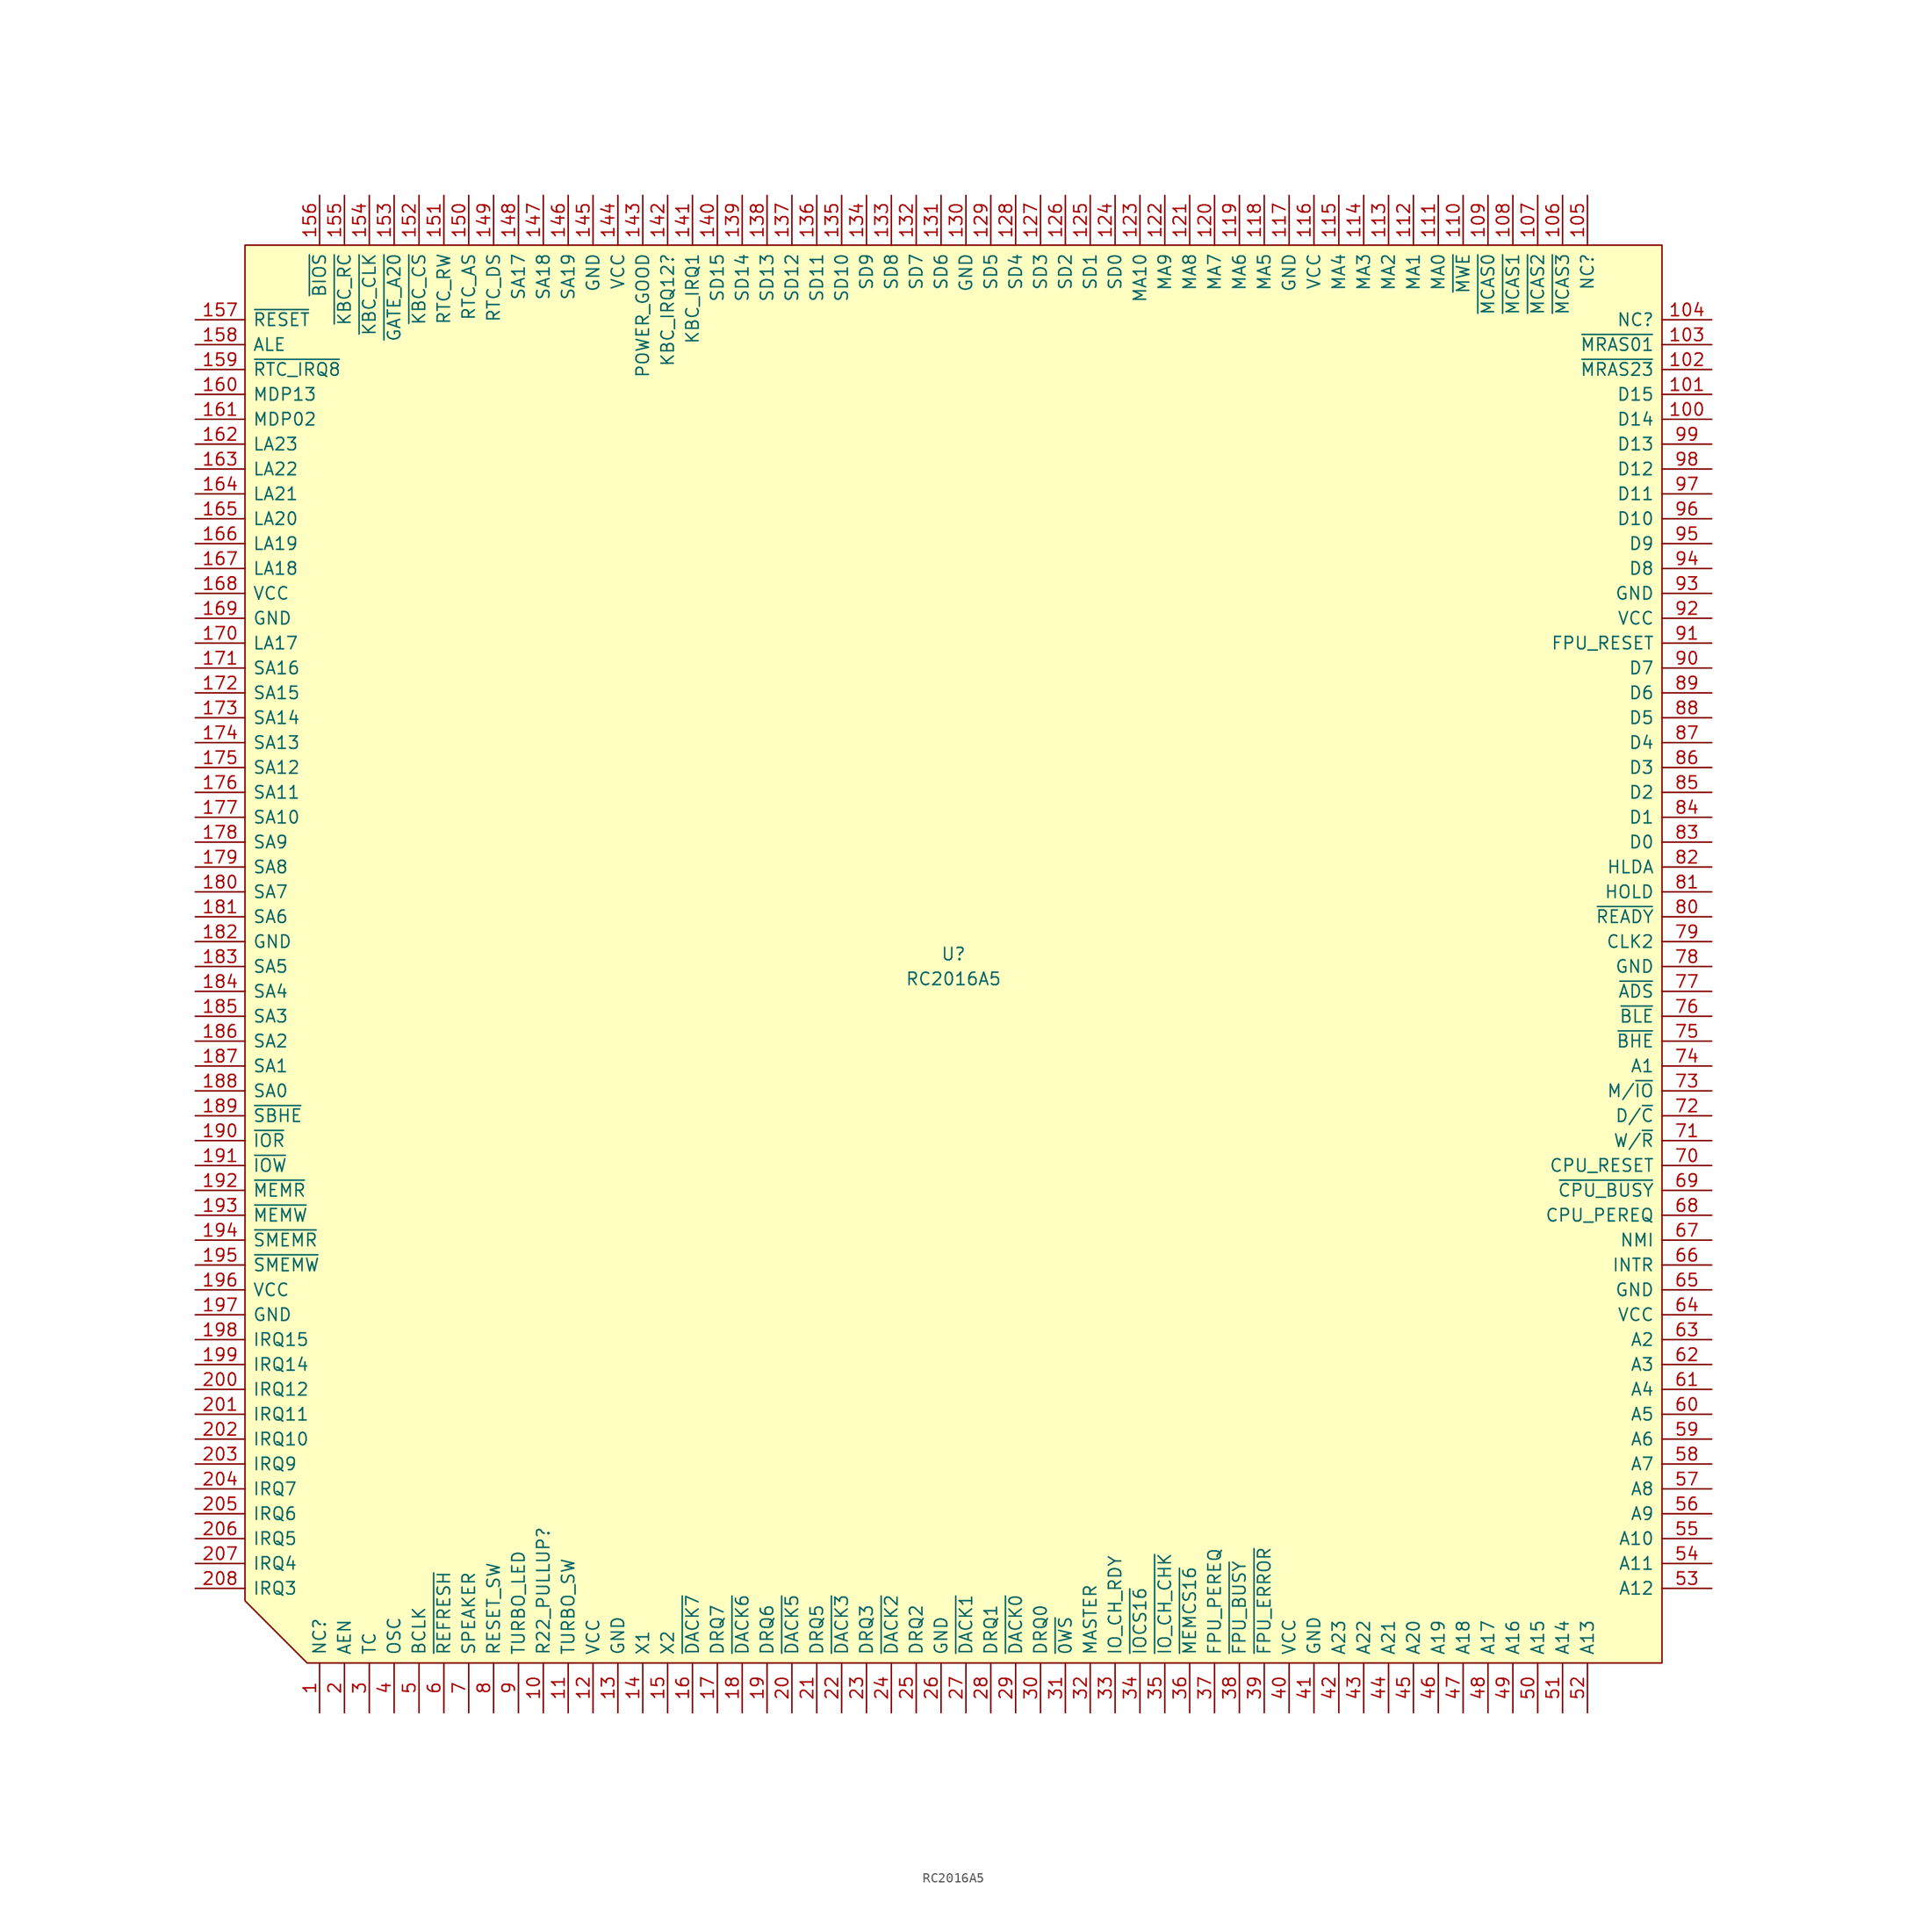
<source format=kicad_sym>
(kicad_symbol_lib
  (version 20211014)
  (generator kicad_symbol_editor)
  (symbol "RC2016A5"
    (pin_names
      (offset 0.762))
    (property "Reference" "U"
      (at 0 0 0)
      (effects (font (size 1.27 1.27))))
    (property "Value" "RC2016A5"
      (at 0 -2.54 0)
      (effects (font (size 1.27 1.27))))
    (symbol "RC2016A5_0_1"
      (polyline (pts (xy -66.04 -72.39) (xy 72.39 -72.39) (xy 72.39 72.39) (xy -72.39 72.39) (xy -72.39 -66.04) (xy -66.04 -72.39)) (stroke (width 0) (type default) (color 0 0 0 0)) (fill (type background))))
    (symbol "RC2016A5_1_1"
      (pin passive line (at -64.77 -77.47 90) (length 5.08) (name "NC?" (effects (font (size 1.27 1.27)))) (number "1" (effects (font (size 1.27 1.27)))))
      (pin input line (at -41.91 -77.47 90) (length 5.08) (name "R22_PULLUP?" (effects (font (size 1.27 1.27)))) (number "10" (effects (font (size 1.27 1.27)))))
      (pin tri_state line (at 77.47 54.61 180) (length 5.08) (name "D14" (effects (font (size 1.27 1.27)))) (number "100" (effects (font (size 1.27 1.27)))))
      (pin tri_state line (at 77.47 57.15 180) (length 5.08) (name "D15" (effects (font (size 1.27 1.27)))) (number "101" (effects (font (size 1.27 1.27)))))
      (pin output line (at 77.47 59.69 180) (length 5.08) (name "~{MRAS23}" (effects (font (size 1.27 1.27)))) (number "102" (effects (font (size 1.27 1.27)))))
      (pin output line (at 77.47 62.23 180) (length 5.08) (name "~{MRAS01}" (effects (font (size 1.27 1.27)))) (number "103" (effects (font (size 1.27 1.27)))))
      (pin passive line (at 77.47 64.77 180) (length 5.08) (name "NC?" (effects (font (size 1.27 1.27)))) (number "104" (effects (font (size 1.27 1.27)))))
      (pin passive line (at 64.77 77.47 270) (length 5.08) (name "NC?" (effects (font (size 1.27 1.27)))) (number "105" (effects (font (size 1.27 1.27)))))
      (pin output line (at 62.23 77.47 270) (length 5.08) (name "~{MCAS3}" (effects (font (size 1.27 1.27)))) (number "106" (effects (font (size 1.27 1.27)))))
      (pin output line (at 59.69 77.47 270) (length 5.08) (name "~{MCAS2}" (effects (font (size 1.27 1.27)))) (number "107" (effects (font (size 1.27 1.27)))))
      (pin output line (at 57.15 77.47 270) (length 5.08) (name "~{MCAS1}" (effects (font (size 1.27 1.27)))) (number "108" (effects (font (size 1.27 1.27)))))
      (pin output line (at 54.61 77.47 270) (length 5.08) (name "~{MCAS0}" (effects (font (size 1.27 1.27)))) (number "109" (effects (font (size 1.27 1.27)))))
      (pin input line (at -39.37 -77.47 90) (length 5.08) (name "TURBO_SW" (effects (font (size 1.27 1.27)))) (number "11" (effects (font (size 1.27 1.27)))))
      (pin output line (at 52.07 77.47 270) (length 5.08) (name "~{MWE}" (effects (font (size 1.27 1.27)))) (number "110" (effects (font (size 1.27 1.27)))))
      (pin output line (at 49.53 77.47 270) (length 5.08) (name "MA0" (effects (font (size 1.27 1.27)))) (number "111" (effects (font (size 1.27 1.27)))))
      (pin output line (at 46.99 77.47 270) (length 5.08) (name "MA1" (effects (font (size 1.27 1.27)))) (number "112" (effects (font (size 1.27 1.27)))))
      (pin output line (at 44.45 77.47 270) (length 5.08) (name "MA2" (effects (font (size 1.27 1.27)))) (number "113" (effects (font (size 1.27 1.27)))))
      (pin output line (at 41.91 77.47 270) (length 5.08) (name "MA3" (effects (font (size 1.27 1.27)))) (number "114" (effects (font (size 1.27 1.27)))))
      (pin output line (at 39.37 77.47 270) (length 5.08) (name "MA4" (effects (font (size 1.27 1.27)))) (number "115" (effects (font (size 1.27 1.27)))))
      (pin power_in line (at 36.83 77.47 270) (length 5.08) (name "VCC" (effects (font (size 1.27 1.27)))) (number "116" (effects (font (size 1.27 1.27)))))
      (pin power_in line (at 34.29 77.47 270) (length 5.08) (name "GND" (effects (font (size 1.27 1.27)))) (number "117" (effects (font (size 1.27 1.27)))))
      (pin output line (at 31.75 77.47 270) (length 5.08) (name "MA5" (effects (font (size 1.27 1.27)))) (number "118" (effects (font (size 1.27 1.27)))))
      (pin output line (at 29.21 77.47 270) (length 5.08) (name "MA6" (effects (font (size 1.27 1.27)))) (number "119" (effects (font (size 1.27 1.27)))))
      (pin power_in line (at -36.83 -77.47 90) (length 5.08) (name "VCC" (effects (font (size 1.27 1.27)))) (number "12" (effects (font (size 1.27 1.27)))))
      (pin output line (at 26.67 77.47 270) (length 5.08) (name "MA7" (effects (font (size 1.27 1.27)))) (number "120" (effects (font (size 1.27 1.27)))))
      (pin output line (at 24.13 77.47 270) (length 5.08) (name "MA8" (effects (font (size 1.27 1.27)))) (number "121" (effects (font (size 1.27 1.27)))))
      (pin output line (at 21.59 77.47 270) (length 5.08) (name "MA9" (effects (font (size 1.27 1.27)))) (number "122" (effects (font (size 1.27 1.27)))))
      (pin output line (at 19.05 77.47 270) (length 5.08) (name "MA10" (effects (font (size 1.27 1.27)))) (number "123" (effects (font (size 1.27 1.27)))))
      (pin tri_state line (at 16.51 77.47 270) (length 5.08) (name "SD0" (effects (font (size 1.27 1.27)))) (number "124" (effects (font (size 1.27 1.27)))))
      (pin tri_state line (at 13.97 77.47 270) (length 5.08) (name "SD1" (effects (font (size 1.27 1.27)))) (number "125" (effects (font (size 1.27 1.27)))))
      (pin tri_state line (at 11.43 77.47 270) (length 5.08) (name "SD2" (effects (font (size 1.27 1.27)))) (number "126" (effects (font (size 1.27 1.27)))))
      (pin tri_state line (at 8.89 77.47 270) (length 5.08) (name "SD3" (effects (font (size 1.27 1.27)))) (number "127" (effects (font (size 1.27 1.27)))))
      (pin tri_state line (at 6.35 77.47 270) (length 5.08) (name "SD4" (effects (font (size 1.27 1.27)))) (number "128" (effects (font (size 1.27 1.27)))))
      (pin tri_state line (at 3.81 77.47 270) (length 5.08) (name "SD5" (effects (font (size 1.27 1.27)))) (number "129" (effects (font (size 1.27 1.27)))))
      (pin power_in line (at -34.29 -77.47 90) (length 5.08) (name "GND" (effects (font (size 1.27 1.27)))) (number "13" (effects (font (size 1.27 1.27)))))
      (pin power_in line (at 1.27 77.47 270) (length 5.08) (name "GND" (effects (font (size 1.27 1.27)))) (number "130" (effects (font (size 1.27 1.27)))))
      (pin tri_state line (at -1.27 77.47 270) (length 5.08) (name "SD6" (effects (font (size 1.27 1.27)))) (number "131" (effects (font (size 1.27 1.27)))))
      (pin tri_state line (at -3.81 77.47 270) (length 5.08) (name "SD7" (effects (font (size 1.27 1.27)))) (number "132" (effects (font (size 1.27 1.27)))))
      (pin tri_state line (at -6.35 77.47 270) (length 5.08) (name "SD8" (effects (font (size 1.27 1.27)))) (number "133" (effects (font (size 1.27 1.27)))))
      (pin tri_state line (at -8.89 77.47 270) (length 5.08) (name "SD9" (effects (font (size 1.27 1.27)))) (number "134" (effects (font (size 1.27 1.27)))))
      (pin tri_state line (at -11.43 77.47 270) (length 5.08) (name "SD10" (effects (font (size 1.27 1.27)))) (number "135" (effects (font (size 1.27 1.27)))))
      (pin tri_state line (at -13.97 77.47 270) (length 5.08) (name "SD11" (effects (font (size 1.27 1.27)))) (number "136" (effects (font (size 1.27 1.27)))))
      (pin tri_state line (at -16.51 77.47 270) (length 5.08) (name "SD12" (effects (font (size 1.27 1.27)))) (number "137" (effects (font (size 1.27 1.27)))))
      (pin tri_state line (at -19.05 77.47 270) (length 5.08) (name "SD13" (effects (font (size 1.27 1.27)))) (number "138" (effects (font (size 1.27 1.27)))))
      (pin tri_state line (at -21.59 77.47 270) (length 5.08) (name "SD14" (effects (font (size 1.27 1.27)))) (number "139" (effects (font (size 1.27 1.27)))))
      (pin input line (at -31.75 -77.47 90) (length 5.08) (name "X1" (effects (font (size 1.27 1.27)))) (number "14" (effects (font (size 1.27 1.27)))))
      (pin tri_state line (at -24.13 77.47 270) (length 5.08) (name "SD15" (effects (font (size 1.27 1.27)))) (number "140" (effects (font (size 1.27 1.27)))))
      (pin input line (at -26.67 77.47 270) (length 5.08) (name "KBC_IRQ1" (effects (font (size 1.27 1.27)))) (number "141" (effects (font (size 1.27 1.27)))))
      (pin input line (at -29.21 77.47 270) (length 5.08) (name "KBC_IRQ12?" (effects (font (size 1.27 1.27)))) (number "142" (effects (font (size 1.27 1.27)))))
      (pin input line (at -31.75 77.47 270) (length 5.08) (name "POWER_GOOD" (effects (font (size 1.27 1.27)))) (number "143" (effects (font (size 1.27 1.27)))))
      (pin power_in line (at -34.29 77.47 270) (length 5.08) (name "VCC" (effects (font (size 1.27 1.27)))) (number "144" (effects (font (size 1.27 1.27)))))
      (pin power_in line (at -36.83 77.47 270) (length 5.08) (name "GND" (effects (font (size 1.27 1.27)))) (number "145" (effects (font (size 1.27 1.27)))))
      (pin output line (at -39.37 77.47 270) (length 5.08) (name "SA19" (effects (font (size 1.27 1.27)))) (number "146" (effects (font (size 1.27 1.27)))))
      (pin output line (at -41.91 77.47 270) (length 5.08) (name "SA18" (effects (font (size 1.27 1.27)))) (number "147" (effects (font (size 1.27 1.27)))))
      (pin output line (at -44.45 77.47 270) (length 5.08) (name "SA17" (effects (font (size 1.27 1.27)))) (number "148" (effects (font (size 1.27 1.27)))))
      (pin output line (at -46.99 77.47 270) (length 5.08) (name "RTC_DS" (effects (font (size 1.27 1.27)))) (number "149" (effects (font (size 1.27 1.27)))))
      (pin output line (at -29.21 -77.47 90) (length 5.08) (name "X2" (effects (font (size 1.27 1.27)))) (number "15" (effects (font (size 1.27 1.27)))))
      (pin output line (at -49.53 77.47 270) (length 5.08) (name "RTC_AS" (effects (font (size 1.27 1.27)))) (number "150" (effects (font (size 1.27 1.27)))))
      (pin output line (at -52.07 77.47 270) (length 5.08) (name "RTC_RW" (effects (font (size 1.27 1.27)))) (number "151" (effects (font (size 1.27 1.27)))))
      (pin passive line (at -54.61 77.47 270) (length 5.08) (name "~{KBC_CS}" (effects (font (size 1.27 1.27)))) (number "152" (effects (font (size 1.27 1.27)))))
      (pin input line (at -57.15 77.47 270) (length 5.08) (name "~{GATE_A20}" (effects (font (size 1.27 1.27)))) (number "153" (effects (font (size 1.27 1.27)))))
      (pin output line (at -59.69 77.47 270) (length 5.08) (name "~{KBC_CLK}" (effects (font (size 1.27 1.27)))) (number "154" (effects (font (size 1.27 1.27)))))
      (pin input line (at -62.23 77.47 270) (length 5.08) (name "~{KBC_RC}" (effects (font (size 1.27 1.27)))) (number "155" (effects (font (size 1.27 1.27)))))
      (pin output line (at -64.77 77.47 270) (length 5.08) (name "~{BIOS}" (effects (font (size 1.27 1.27)))) (number "156" (effects (font (size 1.27 1.27)))))
      (pin output line (at -77.47 64.77 0) (length 5.08) (name "~{RESET}" (effects (font (size 1.27 1.27)))) (number "157" (effects (font (size 1.27 1.27)))))
      (pin output line (at -77.47 62.23 0) (length 5.08) (name "ALE" (effects (font (size 1.27 1.27)))) (number "158" (effects (font (size 1.27 1.27)))))
      (pin input line (at -77.47 59.69 0) (length 5.08) (name "~{RTC_IRQ8}" (effects (font (size 1.27 1.27)))) (number "159" (effects (font (size 1.27 1.27)))))
      (pin output line (at -26.67 -77.47 90) (length 5.08) (name "~{DACK7}" (effects (font (size 1.27 1.27)))) (number "16" (effects (font (size 1.27 1.27)))))
      (pin tri_state line (at -77.47 57.15 0) (length 5.08) (name "MDP13" (effects (font (size 1.27 1.27)))) (number "160" (effects (font (size 1.27 1.27)))))
      (pin tri_state line (at -77.47 54.61 0) (length 5.08) (name "MDP02" (effects (font (size 1.27 1.27)))) (number "161" (effects (font (size 1.27 1.27)))))
      (pin output line (at -77.47 52.07 0) (length 5.08) (name "LA23" (effects (font (size 1.27 1.27)))) (number "162" (effects (font (size 1.27 1.27)))))
      (pin output line (at -77.47 49.53 0) (length 5.08) (name "LA22" (effects (font (size 1.27 1.27)))) (number "163" (effects (font (size 1.27 1.27)))))
      (pin output line (at -77.47 46.99 0) (length 5.08) (name "LA21" (effects (font (size 1.27 1.27)))) (number "164" (effects (font (size 1.27 1.27)))))
      (pin output line (at -77.47 44.45 0) (length 5.08) (name "LA20" (effects (font (size 1.27 1.27)))) (number "165" (effects (font (size 1.27 1.27)))))
      (pin output line (at -77.47 41.91 0) (length 5.08) (name "LA19" (effects (font (size 1.27 1.27)))) (number "166" (effects (font (size 1.27 1.27)))))
      (pin output line (at -77.47 39.37 0) (length 5.08) (name "LA18" (effects (font (size 1.27 1.27)))) (number "167" (effects (font (size 1.27 1.27)))))
      (pin power_in line (at -77.47 36.83 0) (length 5.08) (name "VCC" (effects (font (size 1.27 1.27)))) (number "168" (effects (font (size 1.27 1.27)))))
      (pin power_in line (at -77.47 34.29 0) (length 5.08) (name "GND" (effects (font (size 1.27 1.27)))) (number "169" (effects (font (size 1.27 1.27)))))
      (pin open_collector line (at -24.13 -77.47 90) (length 5.08) (name "DRQ7" (effects (font (size 1.27 1.27)))) (number "17" (effects (font (size 1.27 1.27)))))
      (pin output line (at -77.47 31.75 0) (length 5.08) (name "LA17" (effects (font (size 1.27 1.27)))) (number "170" (effects (font (size 1.27 1.27)))))
      (pin output line (at -77.47 29.21 0) (length 5.08) (name "SA16" (effects (font (size 1.27 1.27)))) (number "171" (effects (font (size 1.27 1.27)))))
      (pin output line (at -77.47 26.67 0) (length 5.08) (name "SA15" (effects (font (size 1.27 1.27)))) (number "172" (effects (font (size 1.27 1.27)))))
      (pin output line (at -77.47 24.13 0) (length 5.08) (name "SA14" (effects (font (size 1.27 1.27)))) (number "173" (effects (font (size 1.27 1.27)))))
      (pin output line (at -77.47 21.59 0) (length 5.08) (name "SA13" (effects (font (size 1.27 1.27)))) (number "174" (effects (font (size 1.27 1.27)))))
      (pin output line (at -77.47 19.05 0) (length 5.08) (name "SA12" (effects (font (size 1.27 1.27)))) (number "175" (effects (font (size 1.27 1.27)))))
      (pin output line (at -77.47 16.51 0) (length 5.08) (name "SA11" (effects (font (size 1.27 1.27)))) (number "176" (effects (font (size 1.27 1.27)))))
      (pin output line (at -77.47 13.97 0) (length 5.08) (name "SA10" (effects (font (size 1.27 1.27)))) (number "177" (effects (font (size 1.27 1.27)))))
      (pin output line (at -77.47 11.43 0) (length 5.08) (name "SA9" (effects (font (size 1.27 1.27)))) (number "178" (effects (font (size 1.27 1.27)))))
      (pin output line (at -77.47 8.89 0) (length 5.08) (name "SA8" (effects (font (size 1.27 1.27)))) (number "179" (effects (font (size 1.27 1.27)))))
      (pin output line (at -21.59 -77.47 90) (length 5.08) (name "~{DACK6}" (effects (font (size 1.27 1.27)))) (number "18" (effects (font (size 1.27 1.27)))))
      (pin output line (at -77.47 6.35 0) (length 5.08) (name "SA7" (effects (font (size 1.27 1.27)))) (number "180" (effects (font (size 1.27 1.27)))))
      (pin output line (at -77.47 3.81 0) (length 5.08) (name "SA6" (effects (font (size 1.27 1.27)))) (number "181" (effects (font (size 1.27 1.27)))))
      (pin power_in line (at -77.47 1.27 0) (length 5.08) (name "GND" (effects (font (size 1.27 1.27)))) (number "182" (effects (font (size 1.27 1.27)))))
      (pin output line (at -77.47 -1.27 0) (length 5.08) (name "SA5" (effects (font (size 1.27 1.27)))) (number "183" (effects (font (size 1.27 1.27)))))
      (pin output line (at -77.47 -3.81 0) (length 5.08) (name "SA4" (effects (font (size 1.27 1.27)))) (number "184" (effects (font (size 1.27 1.27)))))
      (pin output line (at -77.47 -6.35 0) (length 5.08) (name "SA3" (effects (font (size 1.27 1.27)))) (number "185" (effects (font (size 1.27 1.27)))))
      (pin output line (at -77.47 -8.89 0) (length 5.08) (name "SA2" (effects (font (size 1.27 1.27)))) (number "186" (effects (font (size 1.27 1.27)))))
      (pin output line (at -77.47 -11.43 0) (length 5.08) (name "SA1" (effects (font (size 1.27 1.27)))) (number "187" (effects (font (size 1.27 1.27)))))
      (pin output line (at -77.47 -13.97 0) (length 5.08) (name "SA0" (effects (font (size 1.27 1.27)))) (number "188" (effects (font (size 1.27 1.27)))))
      (pin open_collector line (at -77.47 -16.51 0) (length 5.08) (name "~{SBHE}" (effects (font (size 1.27 1.27)))) (number "189" (effects (font (size 1.27 1.27)))))
      (pin open_collector line (at -19.05 -77.47 90) (length 5.08) (name "DRQ6" (effects (font (size 1.27 1.27)))) (number "19" (effects (font (size 1.27 1.27)))))
      (pin output line (at -77.47 -19.05 0) (length 5.08) (name "~{IOR}" (effects (font (size 1.27 1.27)))) (number "190" (effects (font (size 1.27 1.27)))))
      (pin output line (at -77.47 -21.59 0) (length 5.08) (name "~{IOW}" (effects (font (size 1.27 1.27)))) (number "191" (effects (font (size 1.27 1.27)))))
      (pin output line (at -77.47 -24.13 0) (length 5.08) (name "~{MEMR}" (effects (font (size 1.27 1.27)))) (number "192" (effects (font (size 1.27 1.27)))))
      (pin output line (at -77.47 -26.67 0) (length 5.08) (name "~{MEMW}" (effects (font (size 1.27 1.27)))) (number "193" (effects (font (size 1.27 1.27)))))
      (pin output line (at -77.47 -29.21 0) (length 5.08) (name "~{SMEMR}" (effects (font (size 1.27 1.27)))) (number "194" (effects (font (size 1.27 1.27)))))
      (pin output line (at -77.47 -31.75 0) (length 5.08) (name "~{SMEMW}" (effects (font (size 1.27 1.27)))) (number "195" (effects (font (size 1.27 1.27)))))
      (pin power_in line (at -77.47 -34.29 0) (length 5.08) (name "VCC" (effects (font (size 1.27 1.27)))) (number "196" (effects (font (size 1.27 1.27)))))
      (pin power_in line (at -77.47 -36.83 0) (length 5.08) (name "GND" (effects (font (size 1.27 1.27)))) (number "197" (effects (font (size 1.27 1.27)))))
      (pin open_collector line (at -77.47 -39.37 0) (length 5.08) (name "IRQ15" (effects (font (size 1.27 1.27)))) (number "198" (effects (font (size 1.27 1.27)))))
      (pin open_collector line (at -77.47 -41.91 0) (length 5.08) (name "IRQ14" (effects (font (size 1.27 1.27)))) (number "199" (effects (font (size 1.27 1.27)))))
      (pin output line (at -62.23 -77.47 90) (length 5.08) (name "AEN" (effects (font (size 1.27 1.27)))) (number "2" (effects (font (size 1.27 1.27)))))
      (pin output line (at -16.51 -77.47 90) (length 5.08) (name "~{DACK5}" (effects (font (size 1.27 1.27)))) (number "20" (effects (font (size 1.27 1.27)))))
      (pin open_collector line (at -77.47 -44.45 0) (length 5.08) (name "IRQ12" (effects (font (size 1.27 1.27)))) (number "200" (effects (font (size 1.27 1.27)))))
      (pin open_collector line (at -77.47 -46.99 0) (length 5.08) (name "IRQ11" (effects (font (size 1.27 1.27)))) (number "201" (effects (font (size 1.27 1.27)))))
      (pin open_collector line (at -77.47 -49.53 0) (length 5.08) (name "IRQ10" (effects (font (size 1.27 1.27)))) (number "202" (effects (font (size 1.27 1.27)))))
      (pin open_collector line (at -77.47 -52.07 0) (length 5.08) (name "IRQ9" (effects (font (size 1.27 1.27)))) (number "203" (effects (font (size 1.27 1.27)))))
      (pin open_collector line (at -77.47 -54.61 0) (length 5.08) (name "IRQ7" (effects (font (size 1.27 1.27)))) (number "204" (effects (font (size 1.27 1.27)))))
      (pin open_collector line (at -77.47 -57.15 0) (length 5.08) (name "IRQ6" (effects (font (size 1.27 1.27)))) (number "205" (effects (font (size 1.27 1.27)))))
      (pin open_collector line (at -77.47 -59.69 0) (length 5.08) (name "IRQ5" (effects (font (size 1.27 1.27)))) (number "206" (effects (font (size 1.27 1.27)))))
      (pin open_collector line (at -77.47 -62.23 0) (length 5.08) (name "IRQ4" (effects (font (size 1.27 1.27)))) (number "207" (effects (font (size 1.27 1.27)))))
      (pin open_collector line (at -77.47 -64.77 0) (length 5.08) (name "IRQ3" (effects (font (size 1.27 1.27)))) (number "208" (effects (font (size 1.27 1.27)))))
      (pin open_collector line (at -13.97 -77.47 90) (length 5.08) (name "DRQ5" (effects (font (size 1.27 1.27)))) (number "21" (effects (font (size 1.27 1.27)))))
      (pin output line (at -11.43 -77.47 90) (length 5.08) (name "~{DACK3}" (effects (font (size 1.27 1.27)))) (number "22" (effects (font (size 1.27 1.27)))))
      (pin open_collector line (at -8.89 -77.47 90) (length 5.08) (name "DRQ3" (effects (font (size 1.27 1.27)))) (number "23" (effects (font (size 1.27 1.27)))))
      (pin output line (at -6.35 -77.47 90) (length 5.08) (name "~{DACK2}" (effects (font (size 1.27 1.27)))) (number "24" (effects (font (size 1.27 1.27)))))
      (pin open_collector line (at -3.81 -77.47 90) (length 5.08) (name "DRQ2" (effects (font (size 1.27 1.27)))) (number "25" (effects (font (size 1.27 1.27)))))
      (pin power_in line (at -1.27 -77.47 90) (length 5.08) (name "GND" (effects (font (size 1.27 1.27)))) (number "26" (effects (font (size 1.27 1.27)))))
      (pin output line (at 1.27 -77.47 90) (length 5.08) (name "~{DACK1}" (effects (font (size 1.27 1.27)))) (number "27" (effects (font (size 1.27 1.27)))))
      (pin open_collector line (at 3.81 -77.47 90) (length 5.08) (name "DRQ1" (effects (font (size 1.27 1.27)))) (number "28" (effects (font (size 1.27 1.27)))))
      (pin output line (at 6.35 -77.47 90) (length 5.08) (name "~{DACK0}" (effects (font (size 1.27 1.27)))) (number "29" (effects (font (size 1.27 1.27)))))
      (pin output line (at -59.69 -77.47 90) (length 5.08) (name "TC" (effects (font (size 1.27 1.27)))) (number "3" (effects (font (size 1.27 1.27)))))
      (pin open_collector line (at 8.89 -77.47 90) (length 5.08) (name "DRQ0" (effects (font (size 1.27 1.27)))) (number "30" (effects (font (size 1.27 1.27)))))
      (pin input line (at 11.43 -77.47 90) (length 5.08) (name "~{0WS}" (effects (font (size 1.27 1.27)))) (number "31" (effects (font (size 1.27 1.27)))))
      (pin input line (at 13.97 -77.47 90) (length 5.08) (name "MASTER" (effects (font (size 1.27 1.27)))) (number "32" (effects (font (size 1.27 1.27)))))
      (pin input line (at 16.51 -77.47 90) (length 5.08) (name "IO_CH_RDY" (effects (font (size 1.27 1.27)))) (number "33" (effects (font (size 1.27 1.27)))))
      (pin input line (at 19.05 -77.47 90) (length 5.08) (name "~{IOCS16}" (effects (font (size 1.27 1.27)))) (number "34" (effects (font (size 1.27 1.27)))))
      (pin input line (at 21.59 -77.47 90) (length 5.08) (name "~{IO_CH_CHK}" (effects (font (size 1.27 1.27)))) (number "35" (effects (font (size 1.27 1.27)))))
      (pin input line (at 24.13 -77.47 90) (length 5.08) (name "~{MEMCS16}" (effects (font (size 1.27 1.27)))) (number "36" (effects (font (size 1.27 1.27)))))
      (pin input line (at 26.67 -77.47 90) (length 5.08) (name "FPU_PEREQ" (effects (font (size 1.27 1.27)))) (number "37" (effects (font (size 1.27 1.27)))))
      (pin input line (at 29.21 -77.47 90) (length 5.08) (name "~{FPU_BUSY}" (effects (font (size 1.27 1.27)))) (number "38" (effects (font (size 1.27 1.27)))))
      (pin input line (at 31.75 -77.47 90) (length 5.08) (name "~{FPU_ERROR}" (effects (font (size 1.27 1.27)))) (number "39" (effects (font (size 1.27 1.27)))))
      (pin output line (at -57.15 -77.47 90) (length 5.08) (name "OSC" (effects (font (size 1.27 1.27)))) (number "4" (effects (font (size 1.27 1.27)))))
      (pin power_in line (at 34.29 -77.47 90) (length 5.08) (name "VCC" (effects (font (size 1.27 1.27)))) (number "40" (effects (font (size 1.27 1.27)))))
      (pin power_in line (at 36.83 -77.47 90) (length 5.08) (name "GND" (effects (font (size 1.27 1.27)))) (number "41" (effects (font (size 1.27 1.27)))))
      (pin input line (at 39.37 -77.47 90) (length 5.08) (name "A23" (effects (font (size 1.27 1.27)))) (number "42" (effects (font (size 1.27 1.27)))))
      (pin input line (at 41.91 -77.47 90) (length 5.08) (name "A22" (effects (font (size 1.27 1.27)))) (number "43" (effects (font (size 1.27 1.27)))))
      (pin input line (at 44.45 -77.47 90) (length 5.08) (name "A21" (effects (font (size 1.27 1.27)))) (number "44" (effects (font (size 1.27 1.27)))))
      (pin input line (at 46.99 -77.47 90) (length 5.08) (name "A20" (effects (font (size 1.27 1.27)))) (number "45" (effects (font (size 1.27 1.27)))))
      (pin input line (at 49.53 -77.47 90) (length 5.08) (name "A19" (effects (font (size 1.27 1.27)))) (number "46" (effects (font (size 1.27 1.27)))))
      (pin input line (at 52.07 -77.47 90) (length 5.08) (name "A18" (effects (font (size 1.27 1.27)))) (number "47" (effects (font (size 1.27 1.27)))))
      (pin input line (at 54.61 -77.47 90) (length 5.08) (name "A17" (effects (font (size 1.27 1.27)))) (number "48" (effects (font (size 1.27 1.27)))))
      (pin input line (at 57.15 -77.47 90) (length 5.08) (name "A16" (effects (font (size 1.27 1.27)))) (number "49" (effects (font (size 1.27 1.27)))))
      (pin output line (at -54.61 -77.47 90) (length 5.08) (name "BCLK" (effects (font (size 1.27 1.27)))) (number "5" (effects (font (size 1.27 1.27)))))
      (pin input line (at 59.69 -77.47 90) (length 5.08) (name "A15" (effects (font (size 1.27 1.27)))) (number "50" (effects (font (size 1.27 1.27)))))
      (pin input line (at 62.23 -77.47 90) (length 5.08) (name "A14" (effects (font (size 1.27 1.27)))) (number "51" (effects (font (size 1.27 1.27)))))
      (pin input line (at 64.77 -77.47 90) (length 5.08) (name "A13" (effects (font (size 1.27 1.27)))) (number "52" (effects (font (size 1.27 1.27)))))
      (pin input line (at 77.47 -64.77 180) (length 5.08) (name "A12" (effects (font (size 1.27 1.27)))) (number "53" (effects (font (size 1.27 1.27)))))
      (pin input line (at 77.47 -62.23 180) (length 5.08) (name "A11" (effects (font (size 1.27 1.27)))) (number "54" (effects (font (size 1.27 1.27)))))
      (pin input line (at 77.47 -59.69 180) (length 5.08) (name "A10" (effects (font (size 1.27 1.27)))) (number "55" (effects (font (size 1.27 1.27)))))
      (pin input line (at 77.47 -57.15 180) (length 5.08) (name "A9" (effects (font (size 1.27 1.27)))) (number "56" (effects (font (size 1.27 1.27)))))
      (pin input line (at 77.47 -54.61 180) (length 5.08) (name "A8" (effects (font (size 1.27 1.27)))) (number "57" (effects (font (size 1.27 1.27)))))
      (pin input line (at 77.47 -52.07 180) (length 5.08) (name "A7" (effects (font (size 1.27 1.27)))) (number "58" (effects (font (size 1.27 1.27)))))
      (pin input line (at 77.47 -49.53 180) (length 5.08) (name "A6" (effects (font (size 1.27 1.27)))) (number "59" (effects (font (size 1.27 1.27)))))
      (pin output line (at -52.07 -77.47 90) (length 5.08) (name "~{REFRESH}" (effects (font (size 1.27 1.27)))) (number "6" (effects (font (size 1.27 1.27)))))
      (pin input line (at 77.47 -46.99 180) (length 5.08) (name "A5" (effects (font (size 1.27 1.27)))) (number "60" (effects (font (size 1.27 1.27)))))
      (pin input line (at 77.47 -44.45 180) (length 5.08) (name "A4" (effects (font (size 1.27 1.27)))) (number "61" (effects (font (size 1.27 1.27)))))
      (pin input line (at 77.47 -41.91 180) (length 5.08) (name "A3" (effects (font (size 1.27 1.27)))) (number "62" (effects (font (size 1.27 1.27)))))
      (pin input line (at 77.47 -39.37 180) (length 5.08) (name "A2" (effects (font (size 1.27 1.27)))) (number "63" (effects (font (size 1.27 1.27)))))
      (pin power_in line (at 77.47 -36.83 180) (length 5.08) (name "VCC" (effects (font (size 1.27 1.27)))) (number "64" (effects (font (size 1.27 1.27)))))
      (pin power_in line (at 77.47 -34.29 180) (length 5.08) (name "GND" (effects (font (size 1.27 1.27)))) (number "65" (effects (font (size 1.27 1.27)))))
      (pin output line (at 77.47 -31.75 180) (length 5.08) (name "INTR" (effects (font (size 1.27 1.27)))) (number "66" (effects (font (size 1.27 1.27)))))
      (pin output line (at 77.47 -29.21 180) (length 5.08) (name "NMI" (effects (font (size 1.27 1.27)))) (number "67" (effects (font (size 1.27 1.27)))))
      (pin output line (at 77.47 -26.67 180) (length 5.08) (name "CPU_PEREQ" (effects (font (size 1.27 1.27)))) (number "68" (effects (font (size 1.27 1.27)))))
      (pin output line (at 77.47 -24.13 180) (length 5.08) (name "~{CPU_BUSY}" (effects (font (size 1.27 1.27)))) (number "69" (effects (font (size 1.27 1.27)))))
      (pin output line (at -49.53 -77.47 90) (length 5.08) (name "SPEAKER" (effects (font (size 1.27 1.27)))) (number "7" (effects (font (size 1.27 1.27)))))
      (pin output line (at 77.47 -21.59 180) (length 5.08) (name "CPU_RESET" (effects (font (size 1.27 1.27)))) (number "70" (effects (font (size 1.27 1.27)))))
      (pin input line (at 77.47 -19.05 180) (length 5.08) (name "W/~{R}" (effects (font (size 1.27 1.27)))) (number "71" (effects (font (size 1.27 1.27)))))
      (pin input line (at 77.47 -16.51 180) (length 5.08) (name "D/~{C}" (effects (font (size 1.27 1.27)))) (number "72" (effects (font (size 1.27 1.27)))))
      (pin input line (at 77.47 -13.97 180) (length 5.08) (name "M/~{IO}" (effects (font (size 1.27 1.27)))) (number "73" (effects (font (size 1.27 1.27)))))
      (pin input line (at 77.47 -11.43 180) (length 5.08) (name "A1" (effects (font (size 1.27 1.27)))) (number "74" (effects (font (size 1.27 1.27)))))
      (pin input line (at 77.47 -8.89 180) (length 5.08) (name "~{BHE}" (effects (font (size 1.27 1.27)))) (number "75" (effects (font (size 1.27 1.27)))))
      (pin input line (at 77.47 -6.35 180) (length 5.08) (name "~{BLE}" (effects (font (size 1.27 1.27)))) (number "76" (effects (font (size 1.27 1.27)))))
      (pin input line (at 77.47 -3.81 180) (length 5.08) (name "~{ADS}" (effects (font (size 1.27 1.27)))) (number "77" (effects (font (size 1.27 1.27)))))
      (pin power_in line (at 77.47 -1.27 180) (length 5.08) (name "GND" (effects (font (size 1.27 1.27)))) (number "78" (effects (font (size 1.27 1.27)))))
      (pin output line (at 77.47 1.27 180) (length 5.08) (name "CLK2" (effects (font (size 1.27 1.27)))) (number "79" (effects (font (size 1.27 1.27)))))
      (pin input line (at -46.99 -77.47 90) (length 5.08) (name "RESET_SW" (effects (font (size 1.27 1.27)))) (number "8" (effects (font (size 1.27 1.27)))))
      (pin output line (at 77.47 3.81 180) (length 5.08) (name "~{READY}" (effects (font (size 1.27 1.27)))) (number "80" (effects (font (size 1.27 1.27)))))
      (pin output line (at 77.47 6.35 180) (length 5.08) (name "HOLD" (effects (font (size 1.27 1.27)))) (number "81" (effects (font (size 1.27 1.27)))))
      (pin input line (at 77.47 8.89 180) (length 5.08) (name "HLDA" (effects (font (size 1.27 1.27)))) (number "82" (effects (font (size 1.27 1.27)))))
      (pin tri_state line (at 77.47 11.43 180) (length 5.08) (name "D0" (effects (font (size 1.27 1.27)))) (number "83" (effects (font (size 1.27 1.27)))))
      (pin tri_state line (at 77.47 13.97 180) (length 5.08) (name "D1" (effects (font (size 1.27 1.27)))) (number "84" (effects (font (size 1.27 1.27)))))
      (pin tri_state line (at 77.47 16.51 180) (length 5.08) (name "D2" (effects (font (size 1.27 1.27)))) (number "85" (effects (font (size 1.27 1.27)))))
      (pin tri_state line (at 77.47 19.05 180) (length 5.08) (name "D3" (effects (font (size 1.27 1.27)))) (number "86" (effects (font (size 1.27 1.27)))))
      (pin tri_state line (at 77.47 21.59 180) (length 5.08) (name "D4" (effects (font (size 1.27 1.27)))) (number "87" (effects (font (size 1.27 1.27)))))
      (pin tri_state line (at 77.47 24.13 180) (length 5.08) (name "D5" (effects (font (size 1.27 1.27)))) (number "88" (effects (font (size 1.27 1.27)))))
      (pin tri_state line (at 77.47 26.67 180) (length 5.08) (name "D6" (effects (font (size 1.27 1.27)))) (number "89" (effects (font (size 1.27 1.27)))))
      (pin output line (at -44.45 -77.47 90) (length 5.08) (name "TURBO_LED" (effects (font (size 1.27 1.27)))) (number "9" (effects (font (size 1.27 1.27)))))
      (pin tri_state line (at 77.47 29.21 180) (length 5.08) (name "D7" (effects (font (size 1.27 1.27)))) (number "90" (effects (font (size 1.27 1.27)))))
      (pin output line (at 77.47 31.75 180) (length 5.08) (name "FPU_RESET" (effects (font (size 1.27 1.27)))) (number "91" (effects (font (size 1.27 1.27)))))
      (pin power_in line (at 77.47 34.29 180) (length 5.08) (name "VCC" (effects (font (size 1.27 1.27)))) (number "92" (effects (font (size 1.27 1.27)))))
      (pin power_in line (at 77.47 36.83 180) (length 5.08) (name "GND" (effects (font (size 1.27 1.27)))) (number "93" (effects (font (size 1.27 1.27)))))
      (pin tri_state line (at 77.47 39.37 180) (length 5.08) (name "D8" (effects (font (size 1.27 1.27)))) (number "94" (effects (font (size 1.27 1.27)))))
      (pin tri_state line (at 77.47 41.91 180) (length 5.08) (name "D9" (effects (font (size 1.27 1.27)))) (number "95" (effects (font (size 1.27 1.27)))))
      (pin tri_state line (at 77.47 44.45 180) (length 5.08) (name "D10" (effects (font (size 1.27 1.27)))) (number "96" (effects (font (size 1.27 1.27)))))
      (pin tri_state line (at 77.47 46.99 180) (length 5.08) (name "D11" (effects (font (size 1.27 1.27)))) (number "97" (effects (font (size 1.27 1.27)))))
      (pin tri_state line (at 77.47 49.53 180) (length 5.08) (name "D12" (effects (font (size 1.27 1.27)))) (number "98" (effects (font (size 1.27 1.27)))))
      (pin tri_state line (at 77.47 52.07 180) (length 5.08) (name "D13" (effects (font (size 1.27 1.27)))) (number "99" (effects (font (size 1.27 1.27))))))))
</source>
